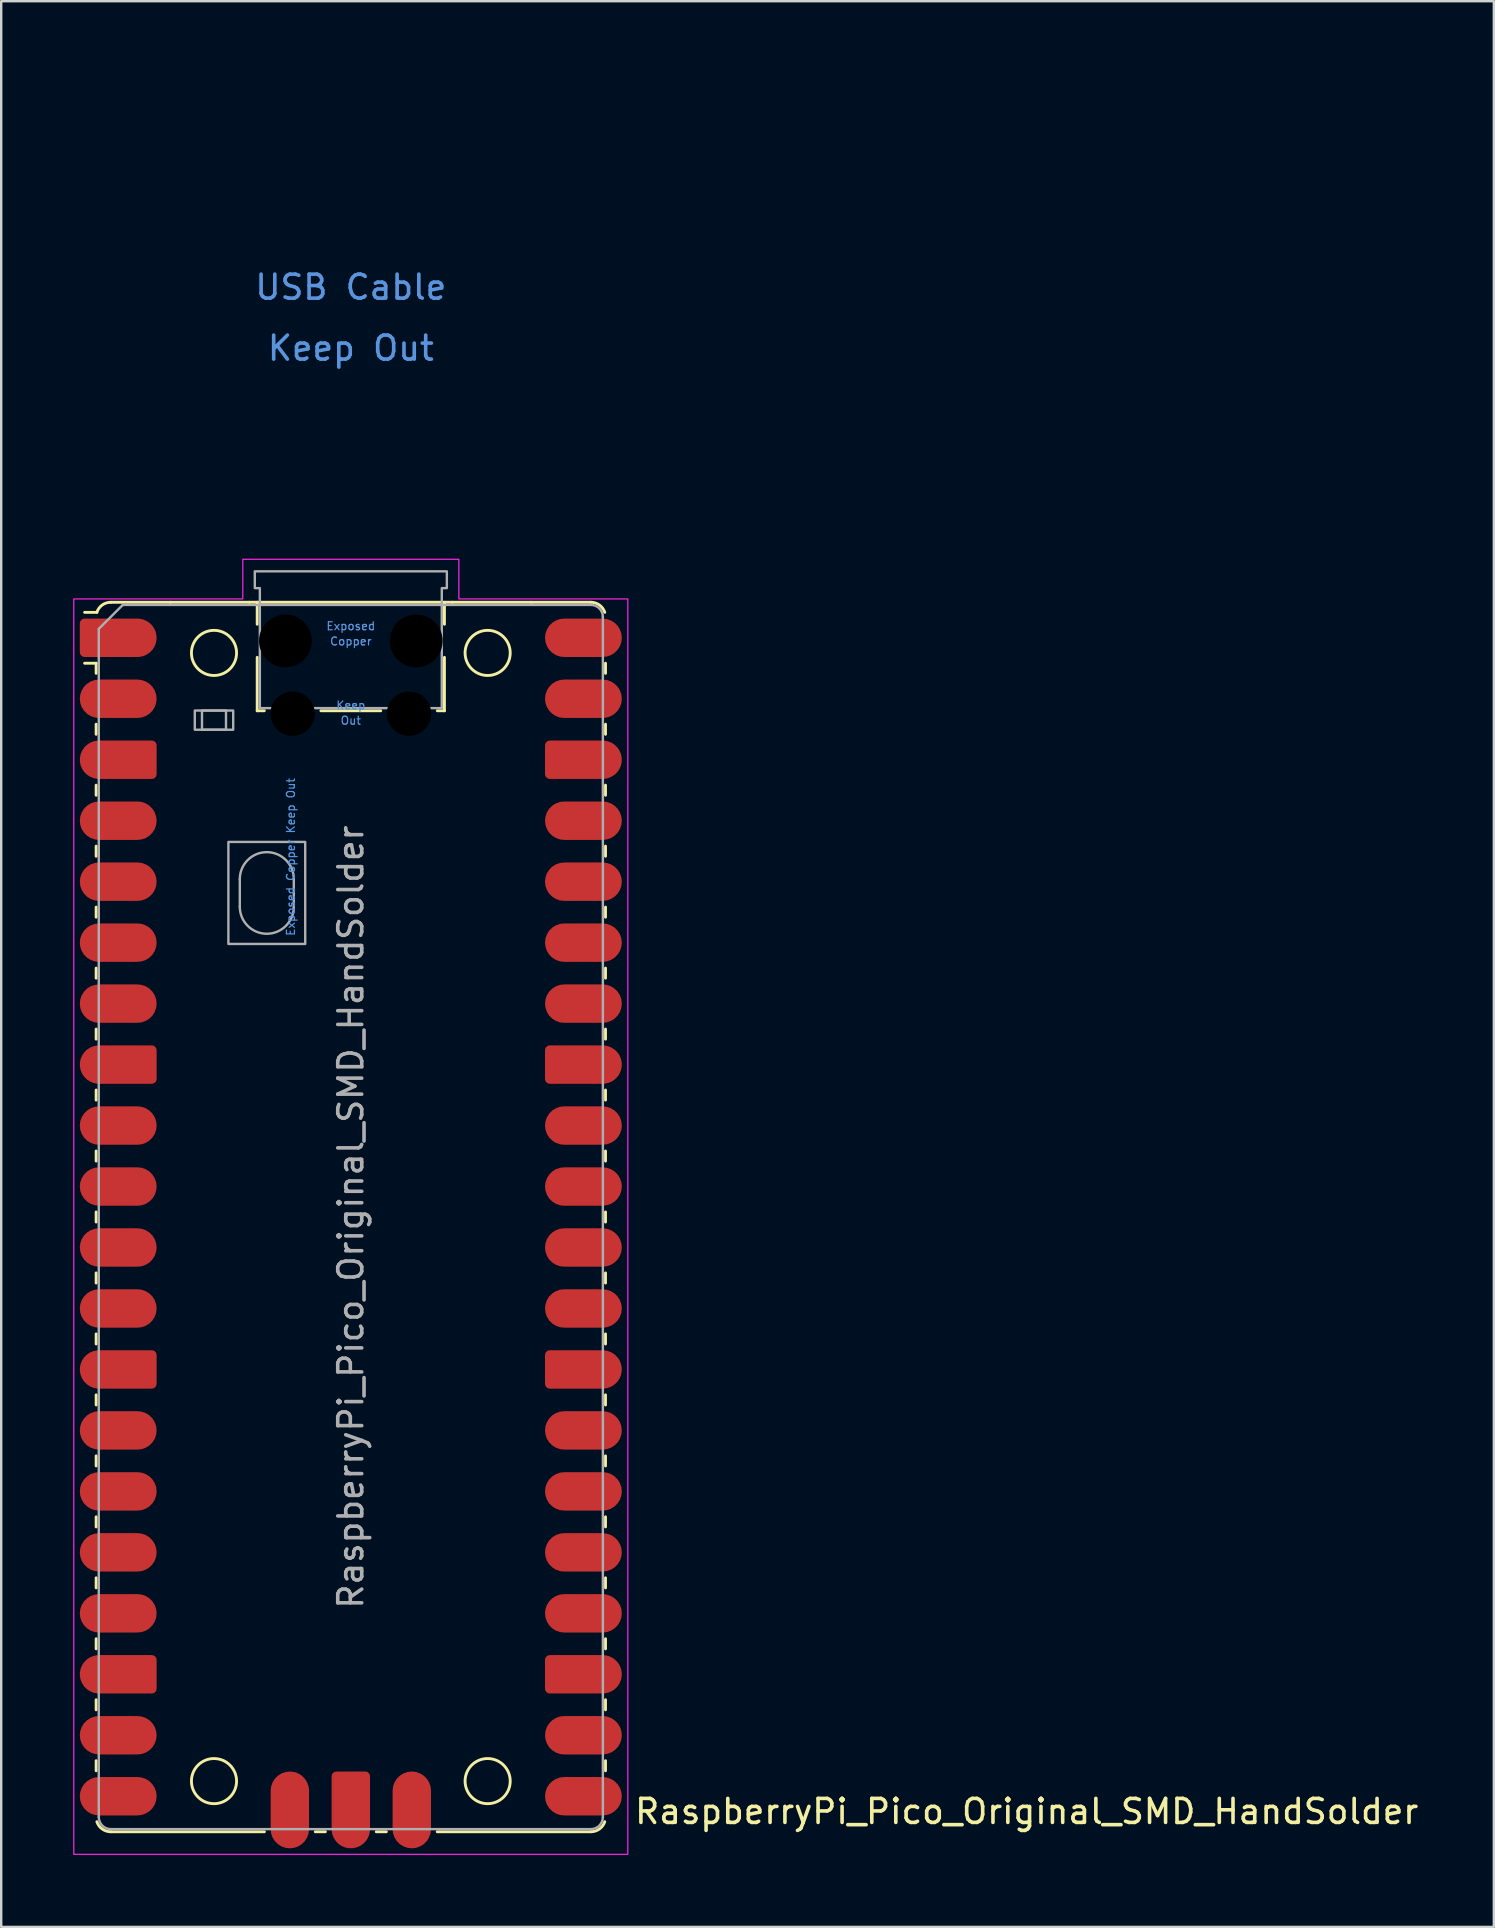
<source format=kicad_pcb>
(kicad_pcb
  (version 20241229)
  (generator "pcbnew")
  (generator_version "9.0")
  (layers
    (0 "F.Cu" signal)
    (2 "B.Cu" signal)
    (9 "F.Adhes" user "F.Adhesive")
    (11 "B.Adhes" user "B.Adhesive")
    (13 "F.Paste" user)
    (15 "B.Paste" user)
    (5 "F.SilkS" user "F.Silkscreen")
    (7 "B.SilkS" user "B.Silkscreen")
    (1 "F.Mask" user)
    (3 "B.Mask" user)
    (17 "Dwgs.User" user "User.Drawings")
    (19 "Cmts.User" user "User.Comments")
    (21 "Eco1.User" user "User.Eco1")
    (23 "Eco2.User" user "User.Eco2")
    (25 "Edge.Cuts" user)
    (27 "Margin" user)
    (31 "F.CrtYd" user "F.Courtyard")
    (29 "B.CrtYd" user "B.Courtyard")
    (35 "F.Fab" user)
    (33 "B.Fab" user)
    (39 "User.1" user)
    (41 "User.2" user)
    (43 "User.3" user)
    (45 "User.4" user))
  (footprint "RaspberryPi_Pico_Original_SMD_HandSolder"
    (layer "F.Cu")
    (at 11.565 47.65)
    (property "Reference" "RaspberryPi_Pico_Original_SMD_HandSolder" (at 11.748 24.765 0) (unlocked yes) (layer "F.SilkS") (effects (font (size 1 1) (thickness 0.15)) (justify left)))
    (attr smd)
    (fp_line (start -10.61 -23.07) (end -11.09 -23.07) (stroke (width 0.12) (type solid)) (layer "F.SilkS"))
    (fp_line (start -10.61 -23.07) (end -10.61 -22.65) (stroke (width 0.12) (type solid)) (layer "F.SilkS"))
    (fp_line (start -10.61 -20.53) (end -10.61 -20.11) (stroke (width 0.12) (type solid)) (layer "F.SilkS"))
    (fp_line (start -10.61 -17.99) (end -10.61 -17.57) (stroke (width 0.12) (type solid)) (layer "F.SilkS"))
    (fp_line (start -10.61 -15.45) (end -10.61 -15.03) (stroke (width 0.12) (type solid)) (layer "F.SilkS"))
    (fp_line (start -10.61 -12.91) (end -10.61 -12.49) (stroke (width 0.12) (type solid)) (layer "F.SilkS"))
    (fp_line (start -10.61 -10.37) (end -10.61 -9.95) (stroke (width 0.12) (type solid)) (layer "F.SilkS"))
    (fp_line (start -10.61 -7.83) (end -10.61 -7.41) (stroke (width 0.12) (type solid)) (layer "F.SilkS"))
    (fp_line (start -10.61 -5.29) (end -10.61 -4.87) (stroke (width 0.12) (type solid)) (layer "F.SilkS"))
    (fp_line (start -10.61 -2.75) (end -10.61 -2.33) (stroke (width 0.12) (type solid)) (layer "F.SilkS"))
    (fp_line (start -10.61 -0.21) (end -10.61 0.21) (stroke (width 0.12) (type solid)) (layer "F.SilkS"))
    (fp_line (start -10.61 2.33) (end -10.61 2.75) (stroke (width 0.12) (type solid)) (layer "F.SilkS"))
    (fp_line (start -10.61 4.87) (end -10.61 5.29) (stroke (width 0.12) (type solid)) (layer "F.SilkS"))
    (fp_line (start -10.61 7.41) (end -10.61 7.83) (stroke (width 0.12) (type solid)) (layer "F.SilkS"))
    (fp_line (start -10.61 9.95) (end -10.61 10.37) (stroke (width 0.12) (type solid)) (layer "F.SilkS"))
    (fp_line (start -10.61 12.49) (end -10.61 12.91) (stroke (width 0.12) (type solid)) (layer "F.SilkS"))
    (fp_line (start -10.61 15.03) (end -10.61 15.45) (stroke (width 0.12) (type solid)) (layer "F.SilkS"))
    (fp_line (start -10.61 17.57) (end -10.61 17.99) (stroke (width 0.12) (type solid)) (layer "F.SilkS"))
    (fp_line (start -10.61 20.11) (end -10.61 20.53) (stroke (width 0.12) (type solid)) (layer "F.SilkS"))
    (fp_line (start -10.61 22.65) (end -10.61 23.07) (stroke (width 0.12) (type solid)) (layer "F.SilkS"))
    (fp_line (start -10.58 -25.19) (end -11.09 -25.19) (stroke (width 0.12) (type solid)) (layer "F.SilkS"))
    (fp_line (start -10 -25.61) (end -7.51 -25.61) (stroke (width 0.12) (type solid)) (layer "F.SilkS"))
    (fp_line (start -10 25.61) (end -3.6 25.61) (stroke (width 0.12) (type solid)) (layer "F.SilkS"))
    (fp_line (start -7.51 -25.61) (end -4.235 -25.61) (stroke (width 0.12) (type solid)) (layer "F.SilkS"))
    (fp_line (start -4.235 -25.61) (end 4.235 -25.61) (stroke (width 0.12) (type solid)) (layer "F.SilkS"))
    (fp_line (start -3.9 -25.61) (end -3.9 -24.694) (stroke (width 0.12) (type solid)) (layer "F.SilkS"))
    (fp_line (start -3.9 -23.315) (end -3.9 -21.09) (stroke (width 0.12) (type solid)) (layer "F.SilkS"))
    (fp_line (start -3.9 -21.09) (end -3.604 -21.09) (stroke (width 0.12) (type solid)) (layer "F.SilkS"))
    (fp_line (start -1.48 25.61) (end -1.06 25.61) (stroke (width 0.12) (type solid)) (layer "F.SilkS"))
    (fp_line (start -1.246 -21.09) (end 1.246 -21.09) (stroke (width 0.12) (type solid)) (layer "F.SilkS"))
    (fp_line (start 1.06 25.61) (end 1.48 25.61) (stroke (width 0.12) (type solid)) (layer "F.SilkS"))
    (fp_line (start 3.6 25.61) (end 10 25.61) (stroke (width 0.12) (type solid)) (layer "F.SilkS"))
    (fp_line (start 3.604 -21.09) (end 3.9 -21.09) (stroke (width 0.12) (type solid)) (layer "F.SilkS"))
    (fp_line (start 3.9 -25.61) (end 3.9 -24.694) (stroke (width 0.12) (type solid)) (layer "F.SilkS"))
    (fp_line (start 3.9 -23.315) (end 3.9 -21.09) (stroke (width 0.12) (type solid)) (layer "F.SilkS"))
    (fp_line (start 4.235 -25.61) (end 7.51 -25.61) (stroke (width 0.12) (type solid)) (layer "F.SilkS"))
    (fp_line (start 10 -25.61) (end 7.51 -25.61) (stroke (width 0.12) (type solid)) (layer "F.SilkS"))
    (fp_line (start 10.61 -23.07) (end 10.61 -22.65) (stroke (width 0.12) (type solid)) (layer "F.SilkS"))
    (fp_line (start 10.61 -20.53) (end 10.61 -20.11) (stroke (width 0.12) (type solid)) (layer "F.SilkS"))
    (fp_line (start 10.61 -17.99) (end 10.61 -17.57) (stroke (width 0.12) (type solid)) (layer "F.SilkS"))
    (fp_line (start 10.61 -15.45) (end 10.61 -15.03) (stroke (width 0.12) (type solid)) (layer "F.SilkS"))
    (fp_line (start 10.61 -12.91) (end 10.61 -12.49) (stroke (width 0.12) (type solid)) (layer "F.SilkS"))
    (fp_line (start 10.61 -10.37) (end 10.61 -9.95) (stroke (width 0.12) (type solid)) (layer "F.SilkS"))
    (fp_line (start 10.61 -7.83) (end 10.61 -7.41) (stroke (width 0.12) (type solid)) (layer "F.SilkS"))
    (fp_line (start 10.61 -5.29) (end 10.61 -4.87) (stroke (width 0.12) (type solid)) (layer "F.SilkS"))
    (fp_line (start 10.61 -2.75) (end 10.61 -2.33) (stroke (width 0.12) (type solid)) (layer "F.SilkS"))
    (fp_line (start 10.61 -0.21) (end 10.61 0.21) (stroke (width 0.12) (type solid)) (layer "F.SilkS"))
    (fp_line (start 10.61 2.33) (end 10.61 2.75) (stroke (width 0.12) (type solid)) (layer "F.SilkS"))
    (fp_line (start 10.61 4.87) (end 10.61 5.29) (stroke (width 0.12) (type solid)) (layer "F.SilkS"))
    (fp_line (start 10.61 7.41) (end 10.61 7.83) (stroke (width 0.12) (type solid)) (layer "F.SilkS"))
    (fp_line (start 10.61 9.95) (end 10.61 10.37) (stroke (width 0.12) (type solid)) (layer "F.SilkS"))
    (fp_line (start 10.61 12.49) (end 10.61 12.91) (stroke (width 0.12) (type solid)) (layer "F.SilkS"))
    (fp_line (start 10.61 15.03) (end 10.61 15.45) (stroke (width 0.12) (type solid)) (layer "F.SilkS"))
    (fp_line (start 10.61 17.57) (end 10.61 17.99) (stroke (width 0.12) (type solid)) (layer "F.SilkS"))
    (fp_line (start 10.61 20.11) (end 10.61 20.53) (stroke (width 0.12) (type solid)) (layer "F.SilkS"))
    (fp_line (start 10.61 22.65) (end 10.61 23.07) (stroke (width 0.12) (type solid)) (layer "F.SilkS"))
    (fp_arc (start -10.579676 -25.189937) (mid -10.357938 -25.493944) (end -10 -25.61) (stroke (width 0.12) (type solid)) (layer "F.SilkS"))
    (fp_arc (start -10 25.61) (mid -10.357937 25.493943) (end -10.579676 25.189937) (stroke (width 0.12) (type solid)) (layer "F.SilkS"))
    (fp_arc (start 10 -25.61) (mid 10.357937 -25.493944) (end 10.579676 -25.189937) (stroke (width 0.12) (type solid)) (layer "F.SilkS"))
    (fp_arc (start 10.579676 25.189937) (mid 10.357958 25.493991) (end 10 25.61) (stroke (width 0.12) (type solid)) (layer "F.SilkS"))
    (fp_circle (center -5.7 -23.5) (end -4.76 -23.5) (stroke (width 0.12) (type solid)) (fill no) (layer "F.SilkS"))
    (fp_circle (center -5.7 23.5) (end -4.76 23.5) (stroke (width 0.12) (type solid)) (fill no) (layer "F.SilkS"))
    (fp_circle (center 5.7 -23.5) (end 6.64 -23.5) (stroke (width 0.12) (type solid)) (fill no) (layer "F.SilkS"))
    (fp_circle (center 5.7 23.5) (end 6.64 23.5) (stroke (width 0.12) (type solid)) (fill no) (layer "F.SilkS"))
    (fp_poly (pts (xy -4.5 -27.4) (xy 4.5 -27.4) (xy 4.5 -25.75) (xy 11.54 -25.75) (xy 11.54 26.55) (xy -11.54 26.55) (xy -11.54 -25.75) (xy -4.5 -25.75)) (stroke (width 0.05) (type solid)) (fill no) (layer "F.CrtYd"))
    (fp_line (start -10.5 -24.5) (end -9.5 -25.5) (stroke (width 0.1) (type solid)) (layer "F.Fab"))
    (fp_line (start -10.5 25) (end -10.5 -24.5) (stroke (width 0.1) (type solid)) (layer "F.Fab"))
    (fp_line (start -9.5 -25.5) (end 10 -25.5) (stroke (width 0.1) (type solid)) (layer "F.Fab"))
    (fp_line (start -4.625 -14.075) (end -4.625 -12.925) (stroke (width 0.1) (type solid)) (layer "F.Fab"))
    (fp_line (start -2.375 -14.075) (end -2.375 -12.925) (stroke (width 0.1) (type solid)) (layer "F.Fab"))
    (fp_line (start 10 25.5) (end -10 25.5) (stroke (width 0.1) (type solid)) (layer "F.Fab"))
    (fp_line (start 10.5 -25) (end 10.5 25) (stroke (width 0.1) (type solid)) (layer "F.Fab"))
    (fp_rect (start -6.5 -21.1) (end -4.9 -20.3) (stroke (width 0.1) (type solid)) (fill no) (layer "F.Fab"))
    (fp_rect (start -6.2 -21.1) (end -5.2 -20.3) (stroke (width 0.1) (type solid)) (fill no) (layer "F.Fab"))
    (fp_rect (start -5.1 -15.625) (end -1.9 -11.375) (stroke (width 0.1) (type solid)) (fill no) (layer "F.Fab"))
    (fp_arc (start -10 25.5) (mid -10.353553 25.353553) (end -10.5 25) (stroke (width 0.1) (type solid)) (layer "F.Fab"))
    (fp_arc (start -4.625 -14.075) (mid -3.5 -15.2) (end -2.375 -14.075) (stroke (width 0.1) (type solid)) (layer "F.Fab"))
    (fp_arc (start -2.375 -12.925) (mid -3.5 -11.8) (end -4.625 -12.925) (stroke (width 0.1) (type solid)) (layer "F.Fab"))
    (fp_arc (start 10 -25.5) (mid 10.353553 -25.353553) (end 10.5 -25) (stroke (width 0.1) (type solid)) (layer "F.Fab"))
    (fp_arc (start 10.5 25) (mid 10.353553 25.353553) (end 10 25.5) (stroke (width 0.1) (type solid)) (layer "F.Fab"))
    (fp_poly (pts (xy 3.79 -21.2) (xy 3.79 -26.2) (xy 4 -26.2) (xy 4 -26.9) (xy -4 -26.9) (xy -4 -26.2) (xy -3.79 -26.2) (xy -3.79 -21.2)) (stroke (width 0.1) (type solid)) (fill no) (layer "F.Fab"))
    (fp_text user "Copper" (at 0 -23.983 0) (unlocked yes) (layer "Cmts.User") (effects (font (size 0.333 0.333) (thickness 0.05))))
    (fp_text user "USB Cable" (at 0 -38.735 0) (unlocked yes) (layer "Cmts.User") (effects (font (size 1 1) (thickness 0.15))))
    (fp_text user "Exposed" (at 0 -24.617 0) (unlocked yes) (layer "Cmts.User") (effects (font (size 0.333 0.333) (thickness 0.05))))
    (fp_text user "Exposed Copper Keep Out" (at -2.5 -15 90) (unlocked yes) (layer "Cmts.User") (effects (font (size 0.333 0.333) (thickness 0.05))))
    (fp_text user "Keep" (at 0 -21.317 0) (unlocked yes) (layer "Cmts.User") (effects (font (size 0.333 0.333) (thickness 0.05))))
    (fp_text user "Keep Out" (at 0 -36.195 0) (unlocked yes) (layer "Cmts.User") (effects (font (size 1 1) (thickness 0.15))))
    (fp_text user "Out" (at 0 -20.683 0) (unlocked yes) (layer "Cmts.User") (effects (font (size 0.333 0.333) (thickness 0.05))))
    (fp_text user "${REFERENCE}" (at 0 0 90) (layer "F.Fab") (effects (font (size 1 1) (thickness 0.15))))
    (pad "" np_thru_hole circle (at -2.725 -24) (size 2.2 2.2) (drill 2.2) (layers "*.Mask"))
    (pad "" np_thru_hole circle (at -2.425 -20.97) (size 1.85 1.85) (drill 1.85) (layers "*.Mask"))
    (pad "" np_thru_hole circle (at 2.425 -20.97) (size 1.85 1.85) (drill 1.85) (layers "*.Mask"))
    (pad "" np_thru_hole circle (at 2.725 -24) (size 2.2 2.2) (drill 2.2) (layers "*.Mask"))
    (pad "1" smd custom (at -8.89 -24.13) (size 1.6 1.6) (layers "F.Cu" "F.Mask" "F.Paste") (options (anchor circle)) (primitives (gr_poly (pts (xy -2.4 0.6) (xy -2.4 -0.6) (xy -2.2 -0.8) (xy 0 -0.8) (xy 0 0.8) (xy -2.2 0.8)) (width 0) (fill yes)) (gr_circle (center -2.2 0.6) (end -2 0.6) (width 0) (fill yes)) (gr_circle (center -2.2 -0.6) (end -2 -0.6) (width 0) (fill yes))))
    (pad "2" smd roundrect (at -8.89 -21.59) (size 3.2 1.6) (drill (offset -0.8 0)) (layers "F.Cu" "F.Mask" "F.Paste") (roundrect_rratio 0.5))
    (pad "3" smd custom (at -8.89 -19.05) (size 1.6 1.6) (layers "F.Cu" "F.Mask" "F.Paste") (options (anchor circle)) (primitives (gr_poly (pts (xy 0.8 -0.6) (xy 0.8 0.6) (xy 0.6 0.8) (xy -1.6 0.8) (xy -1.6 -0.8) (xy 0.6 -0.8)) (width 0) (fill yes)) (gr_circle (center 0.6 0.6) (end 0.8 0.6) (width 0) (fill yes)) (gr_circle (center 0.6 -0.6) (end 0.8 -0.6) (width 0) (fill yes)) (gr_circle (center -1.6 0) (end -0.8 0) (width 0) (fill yes))))
    (pad "4" smd roundrect (at -8.89 -16.51) (size 3.2 1.6) (drill (offset -0.8 0)) (layers "F.Cu" "F.Mask" "F.Paste") (roundrect_rratio 0.5))
    (pad "5" smd roundrect (at -8.89 -13.97) (size 3.2 1.6) (drill (offset -0.8 0)) (layers "F.Cu" "F.Mask" "F.Paste") (roundrect_rratio 0.5))
    (pad "6" smd roundrect (at -8.89 -11.43) (size 3.2 1.6) (drill (offset -0.8 0)) (layers "F.Cu" "F.Mask" "F.Paste") (roundrect_rratio 0.5))
    (pad "7" smd roundrect (at -8.89 -8.89) (size 3.2 1.6) (drill (offset -0.8 0)) (layers "F.Cu" "F.Mask" "F.Paste") (roundrect_rratio 0.5))
    (pad "8" smd custom (at -8.89 -6.35) (size 1.6 1.6) (layers "F.Cu" "F.Mask" "F.Paste") (options (anchor circle)) (primitives (gr_poly (pts (xy 0.8 -0.6) (xy 0.8 0.6) (xy 0.6 0.8) (xy -1.6 0.8) (xy -1.6 -0.8) (xy 0.6 -0.8)) (width 0) (fill yes)) (gr_circle (center 0.6 0.6) (end 0.8 0.6) (width 0) (fill yes)) (gr_circle (center 0.6 -0.6) (end 0.8 -0.6) (width 0) (fill yes)) (gr_circle (center -1.6 0) (end -0.8 0) (width 0) (fill yes))))
    (pad "9" smd roundrect (at -8.89 -3.81) (size 3.2 1.6) (drill (offset -0.8 0)) (layers "F.Cu" "F.Mask" "F.Paste") (roundrect_rratio 0.5))
    (pad "10" smd roundrect (at -8.89 -1.27) (size 3.2 1.6) (drill (offset -0.8 0)) (layers "F.Cu" "F.Mask" "F.Paste") (roundrect_rratio 0.5))
    (pad "11" smd roundrect (at -8.89 1.27) (size 3.2 1.6) (drill (offset -0.8 0)) (layers "F.Cu" "F.Mask" "F.Paste") (roundrect_rratio 0.5))
    (pad "12" smd roundrect (at -8.89 3.81) (size 3.2 1.6) (drill (offset -0.8 0)) (layers "F.Cu" "F.Mask" "F.Paste") (roundrect_rratio 0.5))
    (pad "13" smd custom (at -8.89 6.35) (size 1.6 1.6) (layers "F.Cu" "F.Mask" "F.Paste") (options (anchor circle)) (primitives (gr_poly (pts (xy 0.8 -0.6) (xy 0.8 0.6) (xy 0.6 0.8) (xy -1.6 0.8) (xy -1.6 -0.8) (xy 0.6 -0.8)) (width 0) (fill yes)) (gr_circle (center 0.6 0.6) (end 0.8 0.6) (width 0) (fill yes)) (gr_circle (center 0.6 -0.6) (end 0.8 -0.6) (width 0) (fill yes)) (gr_circle (center -1.6 0) (end -0.8 0) (width 0) (fill yes))))
    (pad "14" smd roundrect (at -8.89 8.89) (size 3.2 1.6) (drill (offset -0.8 0)) (layers "F.Cu" "F.Mask" "F.Paste") (roundrect_rratio 0.5))
    (pad "15" smd roundrect (at -8.89 11.43) (size 3.2 1.6) (drill (offset -0.8 0)) (layers "F.Cu" "F.Mask" "F.Paste") (roundrect_rratio 0.5))
    (pad "16" smd roundrect (at -8.89 13.97) (size 3.2 1.6) (drill (offset -0.8 0)) (layers "F.Cu" "F.Mask" "F.Paste") (roundrect_rratio 0.5))
    (pad "17" smd roundrect (at -8.89 16.51) (size 3.2 1.6) (drill (offset -0.8 0)) (layers "F.Cu" "F.Mask" "F.Paste") (roundrect_rratio 0.5))
    (pad "18" smd custom (at -8.89 19.05) (size 1.6 1.6) (layers "F.Cu" "F.Mask" "F.Paste") (options (anchor circle)) (primitives (gr_poly (pts (xy 0.8 -0.6) (xy 0.8 0.6) (xy 0.6 0.8) (xy -1.6 0.8) (xy -1.6 -0.8) (xy 0.6 -0.8)) (width 0) (fill yes)) (gr_circle (center 0.6 0.6) (end 0.8 0.6) (width 0) (fill yes)) (gr_circle (center 0.6 -0.6) (end 0.8 -0.6) (width 0) (fill yes)) (gr_circle (center -1.6 0) (end -0.8 0) (width 0) (fill yes))))
    (pad "19" smd roundrect (at -8.89 21.59) (size 3.2 1.6) (drill (offset -0.8 0)) (layers "F.Cu" "F.Mask" "F.Paste") (roundrect_rratio 0.5))
    (pad "20" smd roundrect (at -8.89 24.13) (size 3.2 1.6) (drill (offset -0.8 0)) (layers "F.Cu" "F.Mask" "F.Paste") (roundrect_rratio 0.5))
    (pad "21" smd roundrect (at 8.89 24.13) (size 3.2 1.6) (drill (offset 0.8 0)) (layers "F.Cu" "F.Mask" "F.Paste") (roundrect_rratio 0.5))
    (pad "22" smd roundrect (at 8.89 21.59) (size 3.2 1.6) (drill (offset 0.8 0)) (layers "F.Cu" "F.Mask" "F.Paste") (roundrect_rratio 0.5))
    (pad "23" smd custom (at 8.89 19.05) (size 1.6 1.6) (layers "F.Cu" "F.Mask" "F.Paste") (options (anchor circle)) (primitives (gr_poly (pts (xy -0.8 -0.6) (xy -0.8 0.6) (xy -0.6 0.8) (xy 1.6 0.8) (xy 1.6 -0.8) (xy -0.6 -0.8)) (width 0) (fill yes)) (gr_circle (center -0.6 0.6) (end -0.4 0.6) (width 0) (fill yes)) (gr_circle (center -0.6 -0.6) (end -0.4 -0.6) (width 0) (fill yes)) (gr_circle (center 1.6 0) (end 2.4 0) (width 0) (fill yes))))
    (pad "24" smd roundrect (at 8.89 16.51) (size 3.2 1.6) (drill (offset 0.8 0)) (layers "F.Cu" "F.Mask" "F.Paste") (roundrect_rratio 0.5))
    (pad "25" smd roundrect (at 8.89 13.97) (size 3.2 1.6) (drill (offset 0.8 0)) (layers "F.Cu" "F.Mask" "F.Paste") (roundrect_rratio 0.5))
    (pad "26" smd roundrect (at 8.89 11.43) (size 3.2 1.6) (drill (offset 0.8 0)) (layers "F.Cu" "F.Mask" "F.Paste") (roundrect_rratio 0.5))
    (pad "27" smd roundrect (at 8.89 8.89) (size 3.2 1.6) (drill (offset 0.8 0)) (layers "F.Cu" "F.Mask" "F.Paste") (roundrect_rratio 0.5))
    (pad "28" smd custom (at 8.89 6.35) (size 1.6 1.6) (layers "F.Cu" "F.Mask" "F.Paste") (options (anchor circle)) (primitives (gr_poly (pts (xy -0.8 -0.6) (xy -0.8 0.6) (xy -0.6 0.8) (xy 1.6 0.8) (xy 1.6 -0.8) (xy -0.6 -0.8)) (width 0) (fill yes)) (gr_circle (center -0.6 0.6) (end -0.4 0.6) (width 0) (fill yes)) (gr_circle (center -0.6 -0.6) (end -0.4 -0.6) (width 0) (fill yes)) (gr_circle (center 1.6 0) (end 2.4 0) (width 0) (fill yes))))
    (pad "29" smd roundrect (at 8.89 3.81) (size 3.2 1.6) (drill (offset 0.8 0)) (layers "F.Cu" "F.Mask" "F.Paste") (roundrect_rratio 0.5))
    (pad "30" smd roundrect (at 8.89 1.27) (size 3.2 1.6) (drill (offset 0.8 0)) (layers "F.Cu" "F.Mask" "F.Paste") (roundrect_rratio 0.5))
    (pad "31" smd roundrect (at 8.89 -1.27) (size 3.2 1.6) (drill (offset 0.8 0)) (layers "F.Cu" "F.Mask" "F.Paste") (roundrect_rratio 0.5))
    (pad "32" smd roundrect (at 8.89 -3.81) (size 3.2 1.6) (drill (offset 0.8 0)) (layers "F.Cu" "F.Mask" "F.Paste") (roundrect_rratio 0.5))
    (pad "33" smd custom (at 8.89 -6.35) (size 1.6 1.6) (layers "F.Cu" "F.Mask" "F.Paste") (options (anchor circle)) (primitives (gr_poly (pts (xy -0.8 -0.6) (xy -0.8 0.6) (xy -0.6 0.8) (xy 1.6 0.8) (xy 1.6 -0.8) (xy -0.6 -0.8)) (width 0) (fill yes)) (gr_circle (center -0.6 0.6) (end -0.4 0.6) (width 0) (fill yes)) (gr_circle (center -0.6 -0.6) (end -0.4 -0.6) (width 0) (fill yes)) (gr_circle (center 1.6 0) (end 2.4 0) (width 0) (fill yes))))
    (pad "34" smd roundrect (at 8.89 -8.89) (size 3.2 1.6) (drill (offset 0.8 0)) (layers "F.Cu" "F.Mask" "F.Paste") (roundrect_rratio 0.5))
    (pad "35" smd roundrect (at 8.89 -11.43) (size 3.2 1.6) (drill (offset 0.8 0)) (layers "F.Cu" "F.Mask" "F.Paste") (roundrect_rratio 0.5))
    (pad "36" smd roundrect (at 8.89 -13.97) (size 3.2 1.6) (drill (offset 0.8 0)) (layers "F.Cu" "F.Mask" "F.Paste") (roundrect_rratio 0.5))
    (pad "37" smd roundrect (at 8.89 -16.51) (size 3.2 1.6) (drill (offset 0.8 0)) (layers "F.Cu" "F.Mask" "F.Paste") (roundrect_rratio 0.5))
    (pad "38" smd custom (at 8.89 -19.05) (size 1.6 1.6) (layers "F.Cu" "F.Mask" "F.Paste") (options (anchor circle)) (primitives (gr_poly (pts (xy -0.8 -0.6) (xy -0.8 0.6) (xy -0.6 0.8) (xy 1.6 0.8) (xy 1.6 -0.8) (xy -0.6 -0.8)) (width 0) (fill yes)) (gr_circle (center -0.6 0.6) (end -0.4 0.6) (width 0) (fill yes)) (gr_circle (center -0.6 -0.6) (end -0.4 -0.6) (width 0) (fill yes)) (gr_circle (center 1.6 0) (end 2.4 0) (width 0) (fill yes))))
    (pad "39" smd roundrect (at 8.89 -21.59) (size 3.2 1.6) (drill (offset 0.8 0)) (layers "F.Cu" "F.Mask" "F.Paste") (roundrect_rratio 0.5))
    (pad "40" smd roundrect (at 8.89 -24.13) (size 3.2 1.6) (drill (offset 0.8 0)) (layers "F.Cu" "F.Mask" "F.Paste") (roundrect_rratio 0.5))
    (pad "D1" smd roundrect (at -2.54 23.9 90) (size 3.2 1.6) (drill (offset -0.8 0)) (layers "F.Cu" "F.Mask" "F.Paste") (roundrect_rratio 0.5))
    (pad "D2" smd custom (at 0 23.9 270) (size 1.6 1.6) (layers "F.Cu" "F.Mask" "F.Paste") (options (anchor circle)) (primitives (gr_poly (pts (xy -0.8 -0.6) (xy -0.8 0.6) (xy -0.6 0.8) (xy 1.6 0.8) (xy 1.6 -0.8) (xy -0.6 -0.8)) (width 0) (fill yes)) (gr_circle (center -0.6 0.6) (end -0.4 0.6) (width 0) (fill yes)) (gr_circle (center -0.6 -0.6) (end -0.4 -0.6) (width 0) (fill yes)) (gr_circle (center 1.6 0) (end 2.4 0) (width 0) (fill yes))))
    (pad "D3" smd roundrect (at 2.54 23.9 90) (size 3.2 1.6) (drill (offset -0.8 0)) (layers "F.Cu" "F.Mask" "F.Paste") (roundrect_rratio 0.5))
    (zone (net_name "") (layers "F.Cu" "F.Paste") (name "Pad Keep Out TP4") (hatch full 0.5) (connect_pads) (min_thickness 0.25) (filled_areas_thickness no) (keepout (tracks not_allowed) (vias not_allowed) (pads not_allowed) (copperpour not_allowed) (footprints allowed)) (placement (enabled no)) (fill) (polygon (pts (xy 8.549 31.098) (xy 8.423 31.064) (xy 8.309 30.998) (xy 8.217 30.906) (xy 8.151 30.792) (xy 8.117 30.666) (xy 8.115 30.6) (xy 8.115 30.15) (xy 10.015 30.15) (xy 10.015 30.6) (xy 10.013 30.666) (xy 9.979 30.792) (xy 9.913 30.906) (xy 9.821 30.998) (xy 9.707 31.064) (xy 9.581 31.098) (xy 9.515 31.1) (xy 8.615 31.1))))
    (zone (net_name "") (layers "F.Cu" "F.Paste") (name "Pad Keep Out TP5") (hatch full 0.5) (connect_pads) (min_thickness 0.25) (filled_areas_thickness no) (keepout (tracks not_allowed) (vias not_allowed) (pads not_allowed) (copperpour not_allowed) (footprints allowed)) (placement (enabled no)) (fill) (polygon (pts (xy 8.549 33.598) (xy 8.423 33.564) (xy 8.309 33.498) (xy 8.217 33.406) (xy 8.151 33.292) (xy 8.117 33.166) (xy 8.115 33.1) (xy 8.115 32.65) (xy 10.015 32.65) (xy 10.015 33.1) (xy 10.013 33.166) (xy 9.979 33.292) (xy 9.913 33.406) (xy 9.821 33.498) (xy 9.707 33.564) (xy 9.581 33.598) (xy 9.515 33.6) (xy 8.615 33.6))))
    (zone (net_name "") (layers "F.Cu" "F.Paste") (name "Pad Keep Out TP6") (hatch full 0.5) (connect_pads) (min_thickness 0.25) (filled_areas_thickness no) (keepout (tracks not_allowed) (vias not_allowed) (pads not_allowed) (copperpour not_allowed) (footprints allowed)) (placement (enabled no)) (fill) (polygon (pts (xy 8.549 36.098) (xy 8.423 36.064) (xy 8.309 35.998) (xy 8.217 35.906) (xy 8.151 35.792) (xy 8.117 35.666) (xy 8.115 35.6) (xy 8.115 35.15) (xy 10.015 35.15) (xy 10.015 35.6) (xy 10.013 35.666) (xy 9.979 35.792) (xy 9.913 35.906) (xy 9.821 35.998) (xy 9.707 36.064) (xy 9.581 36.098) (xy 9.515 36.1) (xy 8.615 36.1))))
    (zone (net_name "") (layers "F.Cu" "F.Paste") (name "Pad Keep Out TP3") (hatch full 0.5) (connect_pads) (min_thickness 0.25) (filled_areas_thickness no) (keepout (tracks not_allowed) (vias not_allowed) (pads not_allowed) (copperpour not_allowed) (footprints allowed)) (placement (enabled no)) (fill) (polygon (pts (xy 9.617 22.834) (xy 9.651 22.708) (xy 9.717 22.594) (xy 9.809 22.502) (xy 9.923 22.436) (xy 10.049 22.402) (xy 10.115 22.4) (xy 10.565 22.4) (xy 10.565 24.3) (xy 10.115 24.3) (xy 10.049 24.298) (xy 9.923 24.264) (xy 9.809 24.198) (xy 9.717 24.106) (xy 9.651 23.992) (xy 9.617 23.866) (xy 9.615 23.8) (xy 9.615 22.9))))
    (zone (net_name "") (layers "F.Cu" "F.Paste") (name "Pad Keep Out TP4") (hatch full 0.5) (connect_pads) (min_thickness 0.25) (filled_areas_thickness no) (keepout (tracks not_allowed) (vias not_allowed) (pads not_allowed) (copperpour not_allowed) (footprints allowed)) (placement (enabled no)) (fill) (polygon (pts (xy 10.015 30.15) (xy 10.015 29.7) (xy 10.013 29.634) (xy 9.979 29.508) (xy 9.913 29.394) (xy 9.821 29.302) (xy 9.707 29.236) (xy 9.581 29.202) (xy 9.515 29.2) (xy 8.615 29.2) (xy 8.549 29.202) (xy 8.423 29.236) (xy 8.309 29.302) (xy 8.217 29.394) (xy 8.151 29.508) (xy 8.117 29.634) (xy 8.115 29.7) (xy 8.115 30.15))))
    (zone (net_name "") (layers "F.Cu" "F.Paste") (name "Pad Keep Out TP5") (hatch full 0.5) (connect_pads) (min_thickness 0.25) (filled_areas_thickness no) (keepout (tracks not_allowed) (vias not_allowed) (pads not_allowed) (copperpour not_allowed) (footprints allowed)) (placement (enabled no)) (fill) (polygon (pts (xy 10.015 32.65) (xy 10.015 32.2) (xy 10.013 32.134) (xy 9.979 32.008) (xy 9.913 31.894) (xy 9.821 31.802) (xy 9.707 31.736) (xy 9.581 31.702) (xy 9.515 31.7) (xy 8.615 31.7) (xy 8.549 31.702) (xy 8.423 31.736) (xy 8.309 31.802) (xy 8.217 31.894) (xy 8.151 32.008) (xy 8.117 32.134) (xy 8.115 32.2) (xy 8.115 32.65))))
    (zone (net_name "") (layers "F.Cu" "F.Paste") (name "Pad Keep Out TP6") (hatch full 0.5) (connect_pads) (min_thickness 0.25) (filled_areas_thickness no) (keepout (tracks not_allowed) (vias not_allowed) (pads not_allowed) (copperpour not_allowed) (footprints allowed)) (placement (enabled no)) (fill) (polygon (pts (xy 10.015 35.15) (xy 10.015 34.7) (xy 10.013 34.634) (xy 9.979 34.508) (xy 9.913 34.394) (xy 9.821 34.302) (xy 9.707 34.236) (xy 9.581 34.202) (xy 9.515 34.2) (xy 8.615 34.2) (xy 8.549 34.202) (xy 8.423 34.236) (xy 8.309 34.302) (xy 8.217 34.394) (xy 8.151 34.508) (xy 8.117 34.634) (xy 8.115 34.7) (xy 8.115 35.15))))
    (zone (net_name "") (layers "F.Cu" "F.Paste") (name "Pad Keep Out TP3") (hatch full 0.5) (connect_pads) (min_thickness 0.25) (filled_areas_thickness no) (keepout (tracks not_allowed) (vias not_allowed) (pads not_allowed) (copperpour not_allowed) (footprints allowed)) (placement (enabled no)) (fill) (polygon (pts (xy 10.565 24.3) (xy 11.015 24.3) (xy 11.081 24.298) (xy 11.207 24.264) (xy 11.321 24.198) (xy 11.413 24.106) (xy 11.479 23.992) (xy 11.513 23.866) (xy 11.515 23.8) (xy 11.515 22.9) (xy 11.513 22.834) (xy 11.479 22.708) (xy 11.413 22.594) (xy 11.321 22.502) (xy 11.207 22.436) (xy 11.081 22.402) (xy 11.015 22.4) (xy 10.565 22.4))))
    (zone (net_name "") (layers "F.Cu" "F.Paste") (name "Pad Keep Out TP1") (hatch full 0.5) (connect_pads) (min_thickness 0.25) (filled_areas_thickness no) (keepout (tracks not_allowed) (vias not_allowed) (pads not_allowed) (copperpour not_allowed) (footprints allowed)) (placement (enabled no)) (fill) (polygon (pts (xy 10.617 26.134) (xy 10.651 26.008) (xy 10.717 25.894) (xy 10.809 25.802) (xy 10.923 25.736) (xy 11.049 25.702) (xy 11.115 25.7) (xy 11.565 25.7) (xy 11.565 27.6) (xy 11.115 27.6) (xy 11.049 27.598) (xy 10.923 27.564) (xy 10.809 27.498) (xy 10.717 27.406) (xy 10.651 27.292) (xy 10.617 27.166) (xy 10.615 27.1) (xy 10.615 26.2))))
    (zone (net_name "") (layers "F.Cu" "F.Paste") (name "Pad Keep Out TP1") (hatch full 0.5) (connect_pads) (min_thickness 0.25) (filled_areas_thickness no) (keepout (tracks not_allowed) (vias not_allowed) (pads not_allowed) (copperpour not_allowed) (footprints allowed)) (placement (enabled no)) (fill) (polygon (pts (xy 11.565 27.6) (xy 12.015 27.6) (xy 12.081 27.598) (xy 12.207 27.564) (xy 12.321 27.498) (xy 12.413 27.406) (xy 12.479 27.292) (xy 12.513 27.166) (xy 12.515 27.1) (xy 12.515 26.2) (xy 12.513 26.134) (xy 12.479 26.008) (xy 12.413 25.894) (xy 12.321 25.802) (xy 12.207 25.736) (xy 12.081 25.702) (xy 12.015 25.7) (xy 11.565 25.7))))
    (zone (net_name "") (layers "F.Cu" "F.Paste") (name "Pad Keep Out TP2") (hatch full 0.5) (connect_pads) (min_thickness 0.25) (filled_areas_thickness no) (keepout (tracks not_allowed) (vias not_allowed) (pads not_allowed) (copperpour not_allowed) (footprints allowed)) (placement (enabled no)) (fill) (polygon (pts (xy 11.617 22.849) (xy 11.651 22.723) (xy 11.717 22.609) (xy 11.809 22.517) (xy 11.923 22.451) (xy 12.049 22.417) (xy 12.115 22.415) (xy 12.565 22.415) (xy 12.565 24.315) (xy 12.115 24.315) (xy 12.049 24.313) (xy 11.923 24.279) (xy 11.809 24.213) (xy 11.717 24.121) (xy 11.651 24.007) (xy 11.617 23.881) (xy 11.615 23.815) (xy 11.615 22.915))))
    (zone (net_name "") (layers "F.Cu" "F.Paste") (name "Pad Keep Out TP2") (hatch full 0.5) (connect_pads) (min_thickness 0.25) (filled_areas_thickness no) (keepout (tracks not_allowed) (vias not_allowed) (pads not_allowed) (copperpour not_allowed) (footprints allowed)) (placement (enabled no)) (fill) (polygon (pts (xy 12.565 24.315) (xy 13.015 24.315) (xy 13.081 24.313) (xy 13.207 24.279) (xy 13.321 24.213) (xy 13.413 24.121) (xy 13.479 24.007) (xy 13.513 23.881) (xy 13.515 23.815) (xy 13.515 22.915) (xy 13.513 22.849) (xy 13.479 22.723) (xy 13.413 22.609) (xy 13.321 22.517) (xy 13.207 22.451) (xy 13.081 22.417) (xy 13.015 22.415) (xy 12.565 22.415))))
    (zone (net_name "") (layer "Edge.Cuts") (name "Board Keep Out USB Cable") (hatch edge 0.5) (connect_pads) (min_thickness 0.254) (filled_areas_thickness no) (keepout (tracks allowed) (vias allowed) (pads allowed) (copperpour allowed) (footprints allowed)) (placement (enabled no)) (fill) (polygon (pts (xy 5.365 0) (xy 17.765 0) (xy 17.765 20.4) (xy 5.365 20.4))))
    (zone (net_name "") (layer "F.CrtYd") (name "USB Cable Keep Out") (hatch full 0.5) (connect_pads) (min_thickness 0.254) (filled_areas_thickness no) (keepout (tracks allowed) (vias allowed) (pads allowed) (copperpour allowed) (footprints not_allowed)) (placement (enabled no)) (fill) (polygon (pts (xy 5.815 19.95) (xy 7.625 19.95) (xy 7.625 20.25) (xy 15.505 20.25) (xy 15.505 19.95) (xy 17.315 19.95) (xy 17.315 0.45) (xy 5.815 0.45)))))
  (gr_rect
    (start -3 -3)
    (end 59.182 77.225)
    (stroke (width 0.1) (type default))
    (fill no)
    (layer "Edge.Cuts")))
</source>
